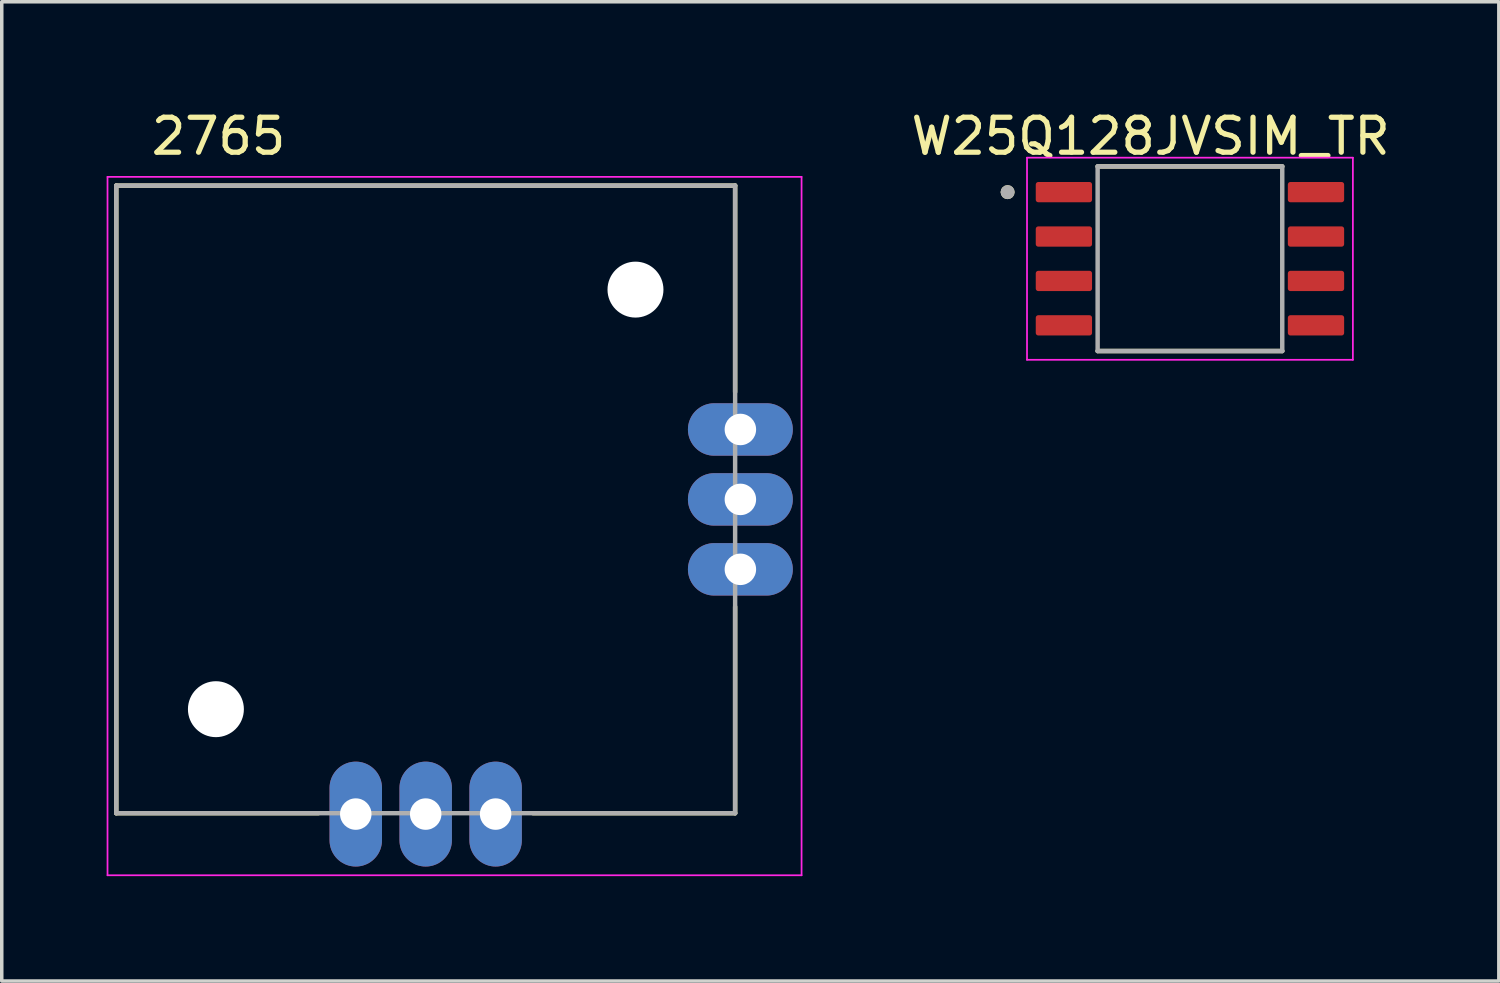
<source format=kicad_pcb>
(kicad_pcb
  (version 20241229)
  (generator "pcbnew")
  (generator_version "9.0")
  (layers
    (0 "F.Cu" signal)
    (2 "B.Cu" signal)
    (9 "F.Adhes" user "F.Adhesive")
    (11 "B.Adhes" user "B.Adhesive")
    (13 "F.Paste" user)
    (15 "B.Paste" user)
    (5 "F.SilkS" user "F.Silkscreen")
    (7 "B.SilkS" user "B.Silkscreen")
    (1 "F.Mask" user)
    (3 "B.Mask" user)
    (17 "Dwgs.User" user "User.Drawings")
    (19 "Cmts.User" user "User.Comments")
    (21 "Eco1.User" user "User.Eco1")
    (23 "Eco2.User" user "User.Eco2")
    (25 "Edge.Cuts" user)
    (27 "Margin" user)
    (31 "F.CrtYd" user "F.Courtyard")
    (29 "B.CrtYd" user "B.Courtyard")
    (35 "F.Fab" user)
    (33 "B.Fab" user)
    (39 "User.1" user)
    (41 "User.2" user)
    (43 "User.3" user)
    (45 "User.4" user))
  (footprint "W25Q128JVSIM_TR"
    (layer "F.Cu")
    (at 30.983 4.35)
    (property "Reference" "W25Q128JVSIM_TR" (at -1.125 -3.502 0) (layer "F.SilkS") (effects (font (size 1 1) (thickness 0.15))))
    (attr smd)
    (fp_line (start -2.64 -2.64) (end 2.64 -2.64) (stroke (width 0.127) (type solid)) (layer "F.SilkS"))
    (fp_line (start -2.64 2.64) (end 2.64 2.64) (stroke (width 0.127) (type solid)) (layer "F.SilkS"))
    (fp_circle (center -5.215 -1.905) (end -5.115 -1.905) (stroke (width 0.2) (type solid)) (fill no) (layer "F.SilkS"))
    (fp_line (start -4.66 -2.89) (end -4.66 2.89) (stroke (width 0.05) (type solid)) (layer "F.CrtYd"))
    (fp_line (start -4.66 -2.89) (end 4.66 -2.89) (stroke (width 0.05) (type solid)) (layer "F.CrtYd"))
    (fp_line (start -4.66 2.89) (end 4.66 2.89) (stroke (width 0.05) (type solid)) (layer "F.CrtYd"))
    (fp_line (start 4.66 -2.89) (end 4.66 2.89) (stroke (width 0.05) (type solid)) (layer "F.CrtYd"))
    (fp_line (start -2.64 -2.64) (end -2.64 2.64) (stroke (width 0.127) (type solid)) (layer "F.Fab"))
    (fp_line (start -2.64 -2.64) (end 2.64 -2.64) (stroke (width 0.127) (type solid)) (layer "F.Fab"))
    (fp_line (start -2.64 2.64) (end 2.64 2.64) (stroke (width 0.127) (type solid)) (layer "F.Fab"))
    (fp_line (start 2.64 -2.64) (end 2.64 2.64) (stroke (width 0.127) (type solid)) (layer "F.Fab"))
    (fp_circle (center -5.215 -1.905) (end -5.115 -1.905) (stroke (width 0.2) (type solid)) (fill no) (layer "F.Fab"))
    (pad "1" smd roundrect (at -3.605 -1.905) (size 1.61 0.58) (layers "F.Cu" "F.Mask" "F.Paste") (roundrect_rratio 0.125))
    (pad "2" smd roundrect (at -3.605 -0.635) (size 1.61 0.58) (layers "F.Cu" "F.Mask" "F.Paste") (roundrect_rratio 0.125))
    (pad "3" smd roundrect (at -3.605 0.635) (size 1.61 0.58) (layers "F.Cu" "F.Mask" "F.Paste") (roundrect_rratio 0.125))
    (pad "4" smd roundrect (at -3.605 1.905) (size 1.61 0.58) (layers "F.Cu" "F.Mask" "F.Paste") (roundrect_rratio 0.125))
    (pad "5" smd roundrect (at 3.605 1.905) (size 1.61 0.58) (layers "F.Cu" "F.Mask" "F.Paste") (roundrect_rratio 0.125))
    (pad "6" smd roundrect (at 3.605 0.635) (size 1.61 0.58) (layers "F.Cu" "F.Mask" "F.Paste") (roundrect_rratio 0.125))
    (pad "7" smd roundrect (at 3.605 -0.635) (size 1.61 0.58) (layers "F.Cu" "F.Mask" "F.Paste") (roundrect_rratio 0.125))
    (pad "8" smd roundrect (at 3.605 -1.905) (size 1.61 0.58) (layers "F.Cu" "F.Mask" "F.Paste") (roundrect_rratio 0.125)))
  (footprint "2765"
    (layer "F.Cu")
    (at 9.125 11.233)
    (property "Reference" "2765" (at -5.925 -10.385 0) (layer "F.SilkS") (effects (font (size 1 1) (thickness 0.15))))
    (attr through_hole)
    (fp_line (start -8.85 -8.975) (end 8.85 -8.975) (stroke (width 0.127) (type solid)) (layer "F.SilkS"))
    (fp_line (start -8.85 8.975) (end -8.85 -8.975) (stroke (width 0.127) (type solid)) (layer "F.SilkS"))
    (fp_line (start -3.07 8.975) (end -8.85 8.975) (stroke (width 0.127) (type solid)) (layer "F.SilkS"))
    (fp_line (start 8.85 -8.975) (end 8.85 -3.07) (stroke (width 0.127) (type solid)) (layer "F.SilkS"))
    (fp_line (start 8.85 8.975) (end 3.07 8.975) (stroke (width 0.127) (type solid)) (layer "F.SilkS"))
    (fp_line (start 8.85 8.975) (end 8.85 3.07) (stroke (width 0.127) (type solid)) (layer "F.SilkS"))
    (fp_line (start -9.1 -9.225) (end -9.1 10.75) (stroke (width 0.05) (type solid)) (layer "F.CrtYd"))
    (fp_line (start -9.1 10.75) (end 10.75 10.75) (stroke (width 0.05) (type solid)) (layer "F.CrtYd"))
    (fp_line (start 10.75 -9.225) (end -9.1 -9.225) (stroke (width 0.05) (type solid)) (layer "F.CrtYd"))
    (fp_line (start 10.75 10.75) (end 10.75 -9.225) (stroke (width 0.05) (type solid)) (layer "F.CrtYd"))
    (fp_line (start -8.85 -8.975) (end 8.85 -8.975) (stroke (width 0.127) (type solid)) (layer "F.Fab"))
    (fp_line (start -8.85 8.975) (end -8.85 -8.975) (stroke (width 0.127) (type solid)) (layer "F.Fab"))
    (fp_line (start 8.85 -8.975) (end 8.85 8.975) (stroke (width 0.127) (type solid)) (layer "F.Fab"))
    (fp_line (start 8.85 8.975) (end -8.85 8.975) (stroke (width 0.127) (type solid)) (layer "F.Fab"))
    (pad "" np_thru_hole circle (at -6 6) (size 1.6 1.6) (drill 1.6) (layers "*.Cu" "*.Mask"))
    (pad "" np_thru_hole circle (at 6 -6) (size 1.6 1.6) (drill 1.6) (layers "*.Cu" "*.Mask"))
    (pad "X" thru_hole oval (at 9 0) (size 3 1.5) (drill 0.9) (layers "*.Cu" "*.Mask"))
    (pad "X+" thru_hole oval (at 9 2) (size 3 1.5) (drill 0.9) (layers "*.Cu" "*.Mask"))
    (pad "X-" thru_hole oval (at 9 -2) (size 3 1.5) (drill 0.9) (layers "*.Cu" "*.Mask"))
    (pad "Y" thru_hole oval (at 0 9) (size 1.5 3) (drill 0.9) (layers "*.Cu" "*.Mask"))
    (pad "Y+" thru_hole oval (at 2 9) (size 1.5 3) (drill 0.9) (layers "*.Cu" "*.Mask"))
    (pad "Y-" thru_hole oval (at -2 9) (size 1.5 3) (drill 0.9) (layers "*.Cu" "*.Mask")))
  (gr_rect
    (start -3 -3)
    (end 39.817 25.008)
    (stroke (width 0.1) (type default))
    (fill no)
    (layer "Edge.Cuts")))
</source>
